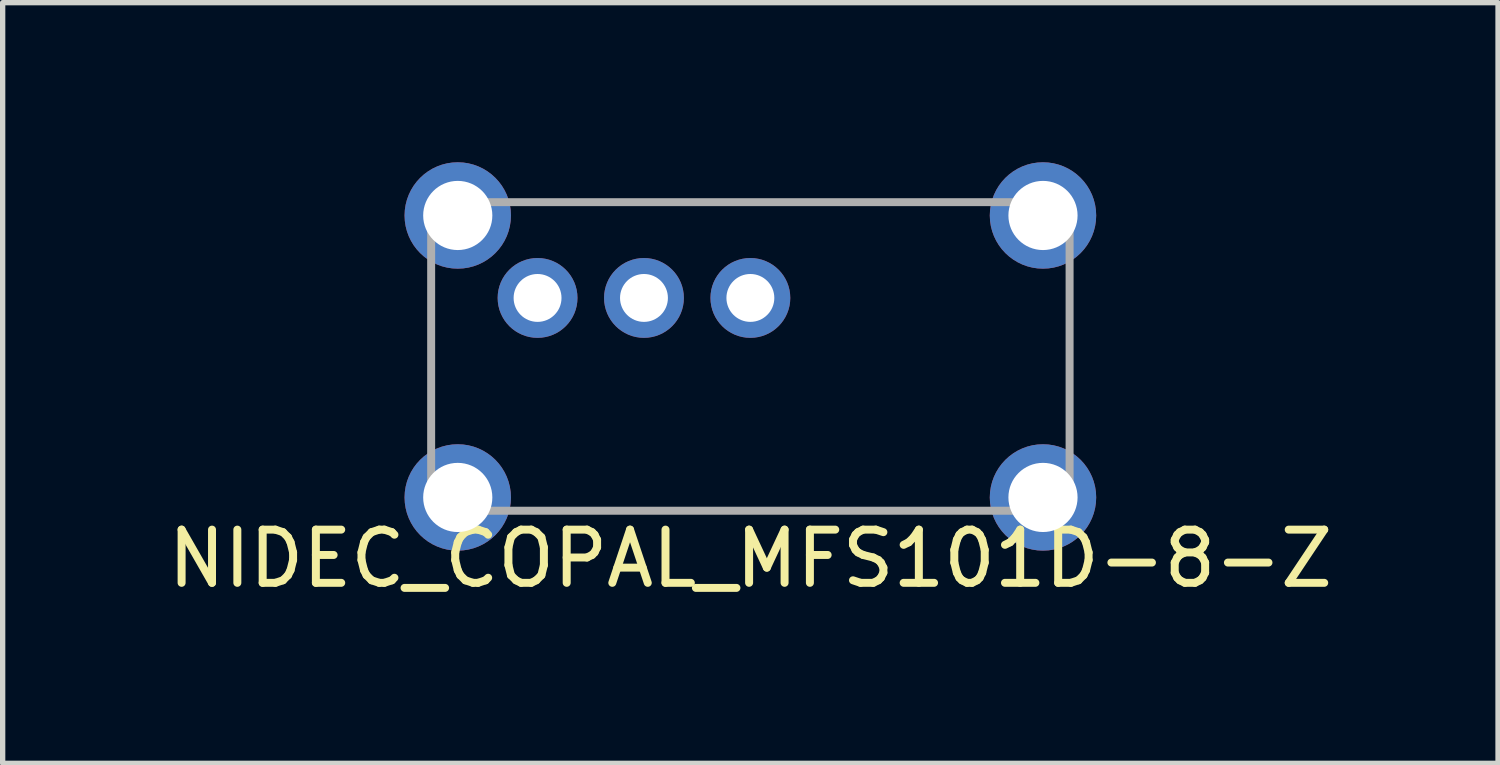
<source format=kicad_pcb>
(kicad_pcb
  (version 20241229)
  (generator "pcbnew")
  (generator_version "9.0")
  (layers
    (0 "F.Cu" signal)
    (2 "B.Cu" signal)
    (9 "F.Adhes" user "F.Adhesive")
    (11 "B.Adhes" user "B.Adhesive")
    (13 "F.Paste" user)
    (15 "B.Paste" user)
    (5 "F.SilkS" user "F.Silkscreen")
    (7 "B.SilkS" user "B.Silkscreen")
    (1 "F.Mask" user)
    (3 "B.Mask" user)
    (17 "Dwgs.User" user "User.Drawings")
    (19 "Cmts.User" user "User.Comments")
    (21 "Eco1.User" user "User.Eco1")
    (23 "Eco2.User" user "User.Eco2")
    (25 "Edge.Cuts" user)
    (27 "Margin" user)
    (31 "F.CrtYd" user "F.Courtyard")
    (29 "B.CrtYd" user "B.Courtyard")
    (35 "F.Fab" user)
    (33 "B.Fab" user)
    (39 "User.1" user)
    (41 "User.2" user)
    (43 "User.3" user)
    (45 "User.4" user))
  (footprint "NIDEC_COPAL_MFS101D-8-Z"
    (layer "F.Cu")
    (at 11.054 3.65)
    (property "Reference" "NIDEC_COPAL_MFS101D-8-Z" (at 0 3.8 0) (layer "F.SilkS") (effects (font (size 1 1) (thickness 0.15))))
    (attr through_hole)
    (fp_line (start -6 2.9) (end -6 -2.9) (stroke (width 0.15) (type solid)) (layer "F.Fab"))
    (fp_line (start 6 -2.9) (end -6 -2.9) (stroke (width 0.15) (type solid)) (layer "F.Fab"))
    (fp_line (start 6 2.9) (end -6 2.9) (stroke (width 0.15) (type solid)) (layer "F.Fab"))
    (fp_line (start 6 2.9) (end 6 -2.9) (stroke (width 0.15) (type solid)) (layer "F.Fab"))
    (pad "" thru_hole circle (at -5.5 -2.65) (size 2 2) (drill 1.3) (layers "*.Cu" "*.Mask"))
    (pad "" thru_hole circle (at -5.5 2.65) (size 2 2) (drill 1.3) (layers "*.Cu" "*.Mask"))
    (pad "" thru_hole circle (at 5.5 -2.65) (size 2 2) (drill 1.3) (layers "*.Cu" "*.Mask"))
    (pad "" thru_hole circle (at 5.5 2.65) (size 2 2) (drill 1.3) (layers "*.Cu" "*.Mask"))
    (pad "1" thru_hole circle (at -4 -1.1) (size 1.5 1.5) (drill 0.9) (layers "*.Cu" "*.Mask"))
    (pad "2" thru_hole circle (at -2 -1.1) (size 1.5 1.5) (drill 0.9) (layers "*.Cu" "*.Mask"))
    (pad "3" thru_hole circle (at 0 -1.1) (size 1.5 1.5) (drill 0.9) (layers "*.Cu" "*.Mask")))
  (gr_rect
    (start -3 -3)
    (end 25.107 11.298)
    (stroke (width 0.1) (type default))
    (fill no)
    (layer "Edge.Cuts")))
</source>
